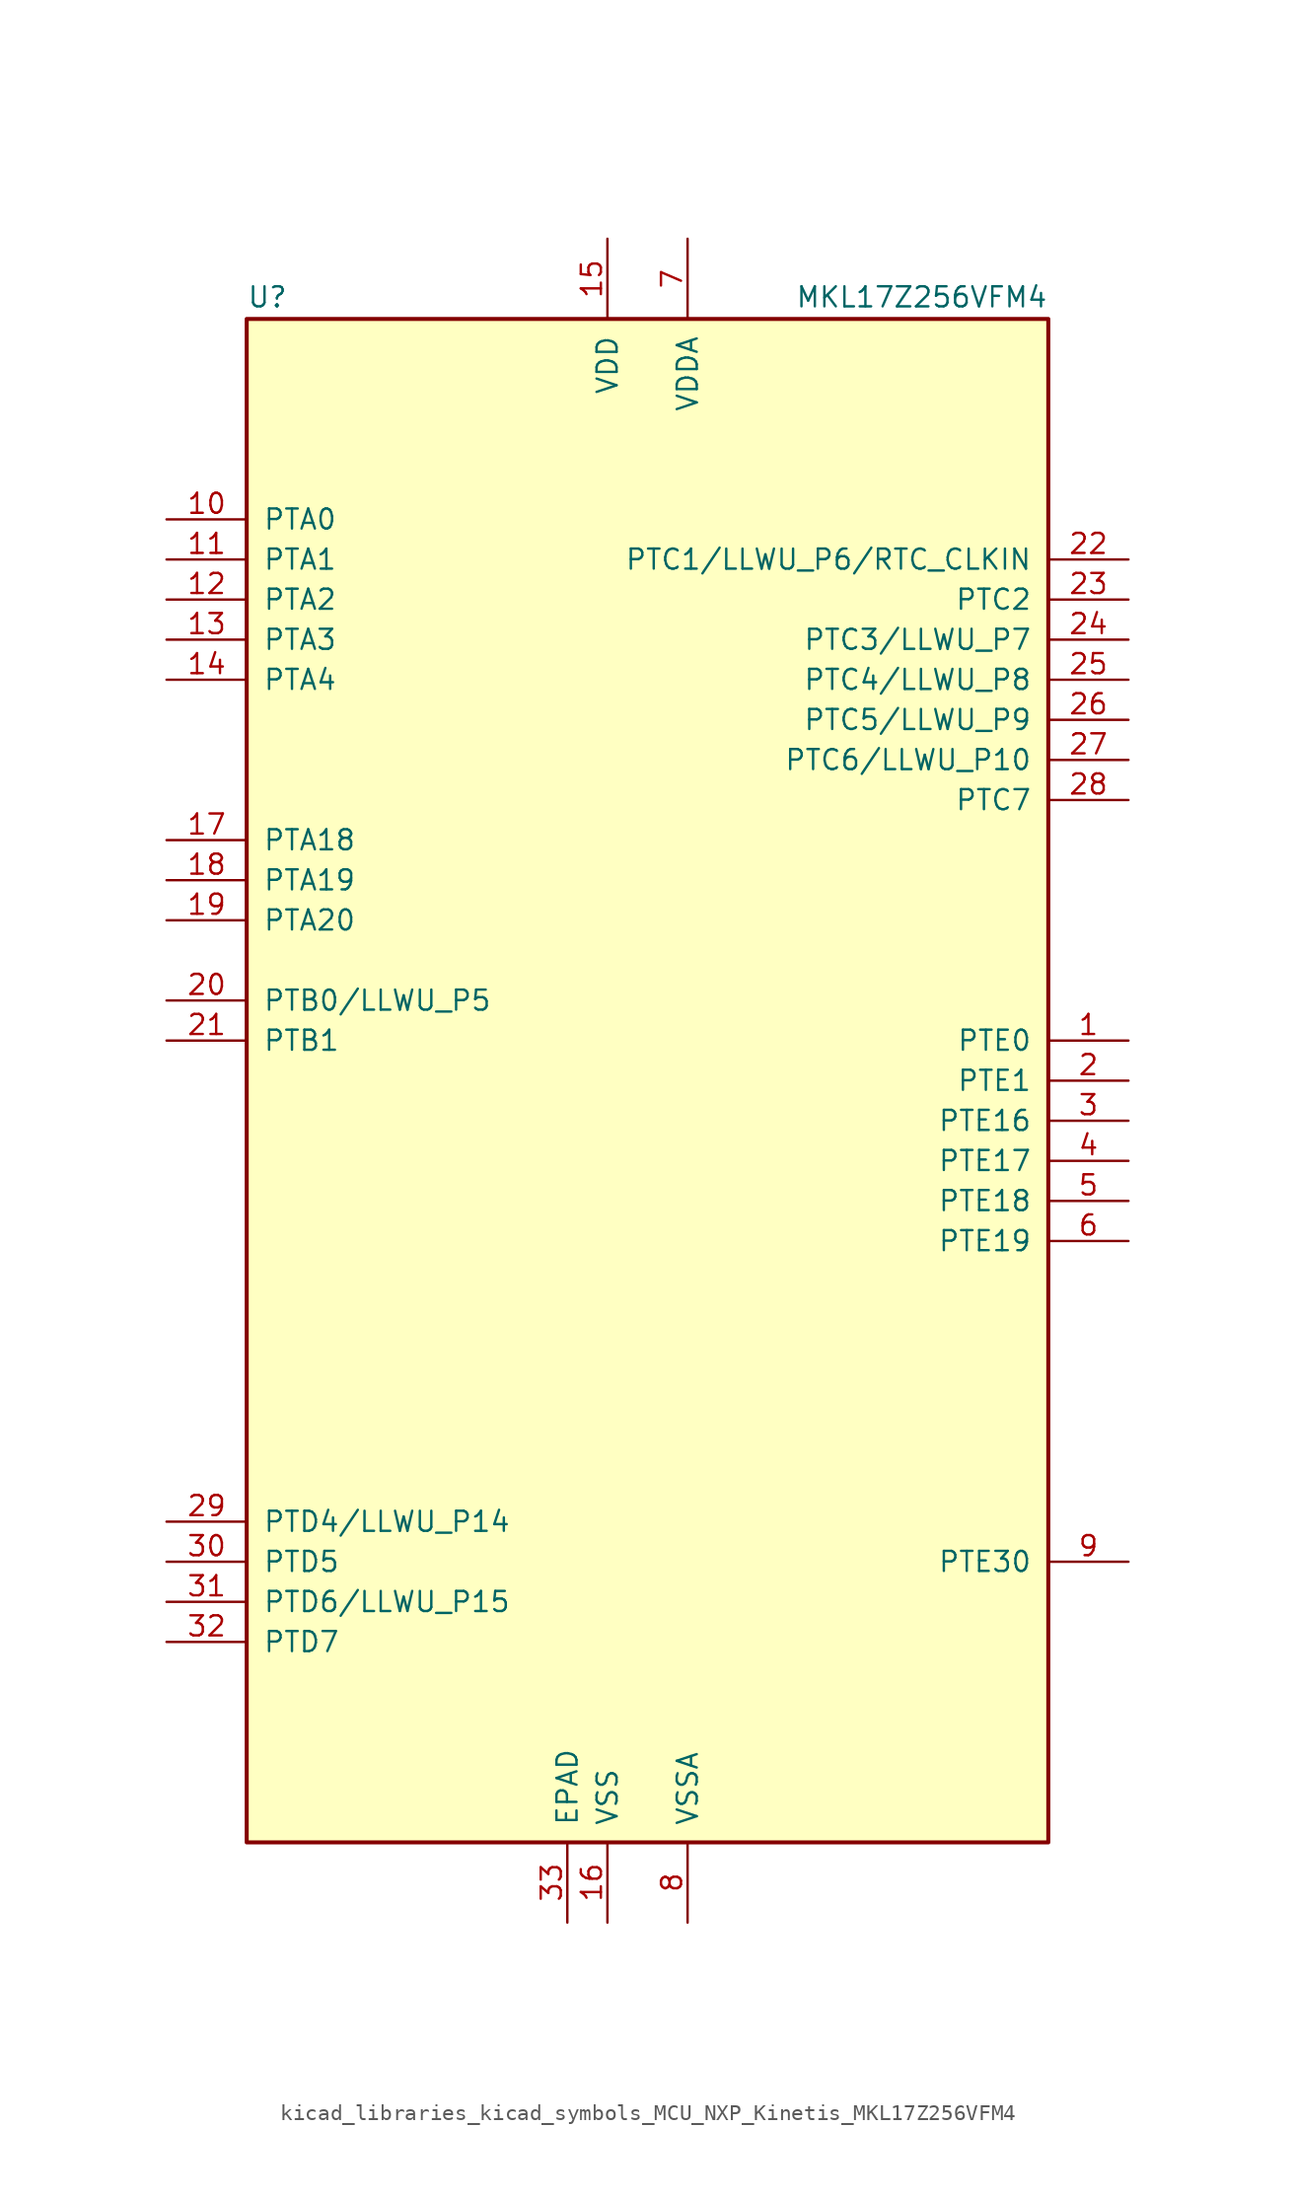
<source format=kicad_sym>
(kicad_symbol_lib
  (version 20220914)
  (generator kicad_symbol_editor)
  (symbol "kicad_libraries_kicad_symbols_MCU_NXP_Kinetis_MKL17Z256VFM4"
    (pin_names
      (offset 1.016))
    (property "Reference" "U"
      (at -25.4 48.895 0)
      (effects (font (size 1.27 1.27)) (justify left bottom)))
    (property "Value" "MKL17Z256VFM4"
      (at 25.4 48.895 0)
      (effects (font (size 1.27 1.27)) (justify right bottom)))
    (symbol "kicad_libraries_kicad_symbols_MCU_NXP_Kinetis_MKL17Z256VFM4_0_1"
      (rectangle (start -25.4 48.26) (end 25.4 -48.26) (stroke (width 0.254) (type default)) (fill (type background))))
    (symbol "kicad_libraries_kicad_symbols_MCU_NXP_Kinetis_MKL17Z256VFM4_1_1"
      (pin bidirectional line (at 30.48 2.54 180) (length 5.08) (name "PTE0" (effects (font (size 1.27 1.27)))) (number "1" (effects (font (size 1.27 1.27)))))
      (pin bidirectional line (at -30.48 35.56 0) (length 5.08) (name "PTA0" (effects (font (size 1.27 1.27)))) (number "10" (effects (font (size 1.27 1.27)))))
      (pin bidirectional line (at -30.48 33.02 0) (length 5.08) (name "PTA1" (effects (font (size 1.27 1.27)))) (number "11" (effects (font (size 1.27 1.27)))))
      (pin bidirectional line (at -30.48 30.48 0) (length 5.08) (name "PTA2" (effects (font (size 1.27 1.27)))) (number "12" (effects (font (size 1.27 1.27)))))
      (pin bidirectional line (at -30.48 27.94 0) (length 5.08) (name "PTA3" (effects (font (size 1.27 1.27)))) (number "13" (effects (font (size 1.27 1.27)))))
      (pin bidirectional line (at -30.48 25.4 0) (length 5.08) (name "PTA4" (effects (font (size 1.27 1.27)))) (number "14" (effects (font (size 1.27 1.27)))))
      (pin power_in line (at -2.54 53.34 270) (length 5.08) (name "VDD" (effects (font (size 1.27 1.27)))) (number "15" (effects (font (size 1.27 1.27)))))
      (pin power_in line (at -2.54 -53.34 90) (length 5.08) (name "VSS" (effects (font (size 1.27 1.27)))) (number "16" (effects (font (size 1.27 1.27)))))
      (pin bidirectional line (at -30.48 15.24 0) (length 5.08) (name "PTA18" (effects (font (size 1.27 1.27)))) (number "17" (effects (font (size 1.27 1.27)))))
      (pin bidirectional line (at -30.48 12.7 0) (length 5.08) (name "PTA19" (effects (font (size 1.27 1.27)))) (number "18" (effects (font (size 1.27 1.27)))))
      (pin bidirectional line (at -30.48 10.16 0) (length 5.08) (name "PTA20" (effects (font (size 1.27 1.27)))) (number "19" (effects (font (size 1.27 1.27)))))
      (pin bidirectional line (at 30.48 0 180) (length 5.08) (name "PTE1" (effects (font (size 1.27 1.27)))) (number "2" (effects (font (size 1.27 1.27)))))
      (pin bidirectional line (at -30.48 5.08 0) (length 5.08) (name "PTB0/LLWU_P5" (effects (font (size 1.27 1.27)))) (number "20" (effects (font (size 1.27 1.27)))))
      (pin bidirectional line (at -30.48 2.54 0) (length 5.08) (name "PTB1" (effects (font (size 1.27 1.27)))) (number "21" (effects (font (size 1.27 1.27)))))
      (pin bidirectional line (at 30.48 33.02 180) (length 5.08) (name "PTC1/LLWU_P6/RTC_CLKIN" (effects (font (size 1.27 1.27)))) (number "22" (effects (font (size 1.27 1.27)))))
      (pin bidirectional line (at 30.48 30.48 180) (length 5.08) (name "PTC2" (effects (font (size 1.27 1.27)))) (number "23" (effects (font (size 1.27 1.27)))))
      (pin bidirectional line (at 30.48 27.94 180) (length 5.08) (name "PTC3/LLWU_P7" (effects (font (size 1.27 1.27)))) (number "24" (effects (font (size 1.27 1.27)))))
      (pin bidirectional line (at 30.48 25.4 180) (length 5.08) (name "PTC4/LLWU_P8" (effects (font (size 1.27 1.27)))) (number "25" (effects (font (size 1.27 1.27)))))
      (pin bidirectional line (at 30.48 22.86 180) (length 5.08) (name "PTC5/LLWU_P9" (effects (font (size 1.27 1.27)))) (number "26" (effects (font (size 1.27 1.27)))))
      (pin bidirectional line (at 30.48 20.32 180) (length 5.08) (name "PTC6/LLWU_P10" (effects (font (size 1.27 1.27)))) (number "27" (effects (font (size 1.27 1.27)))))
      (pin bidirectional line (at 30.48 17.78 180) (length 5.08) (name "PTC7" (effects (font (size 1.27 1.27)))) (number "28" (effects (font (size 1.27 1.27)))))
      (pin bidirectional line (at -30.48 -27.94 0) (length 5.08) (name "PTD4/LLWU_P14" (effects (font (size 1.27 1.27)))) (number "29" (effects (font (size 1.27 1.27)))))
      (pin bidirectional line (at 30.48 -2.54 180) (length 5.08) (name "PTE16" (effects (font (size 1.27 1.27)))) (number "3" (effects (font (size 1.27 1.27)))))
      (pin bidirectional line (at -30.48 -30.48 0) (length 5.08) (name "PTD5" (effects (font (size 1.27 1.27)))) (number "30" (effects (font (size 1.27 1.27)))))
      (pin bidirectional line (at -30.48 -33.02 0) (length 5.08) (name "PTD6/LLWU_P15" (effects (font (size 1.27 1.27)))) (number "31" (effects (font (size 1.27 1.27)))))
      (pin bidirectional line (at -30.48 -35.56 0) (length 5.08) (name "PTD7" (effects (font (size 1.27 1.27)))) (number "32" (effects (font (size 1.27 1.27)))))
      (pin power_in line (at -5.08 -53.34 90) (length 5.08) (name "EPAD" (effects (font (size 1.27 1.27)))) (number "33" (effects (font (size 1.27 1.27)))))
      (pin bidirectional line (at 30.48 -5.08 180) (length 5.08) (name "PTE17" (effects (font (size 1.27 1.27)))) (number "4" (effects (font (size 1.27 1.27)))))
      (pin bidirectional line (at 30.48 -7.62 180) (length 5.08) (name "PTE18" (effects (font (size 1.27 1.27)))) (number "5" (effects (font (size 1.27 1.27)))))
      (pin bidirectional line (at 30.48 -10.16 180) (length 5.08) (name "PTE19" (effects (font (size 1.27 1.27)))) (number "6" (effects (font (size 1.27 1.27)))))
      (pin power_in line (at 2.54 53.34 270) (length 5.08) (name "VDDA" (effects (font (size 1.27 1.27)))) (number "7" (effects (font (size 1.27 1.27)))))
      (pin power_in line (at 2.54 -53.34 90) (length 5.08) (name "VSSA" (effects (font (size 1.27 1.27)))) (number "8" (effects (font (size 1.27 1.27)))))
      (pin bidirectional line (at 30.48 -30.48 180) (length 5.08) (name "PTE30" (effects (font (size 1.27 1.27)))) (number "9" (effects (font (size 1.27 1.27))))))))
</source>
